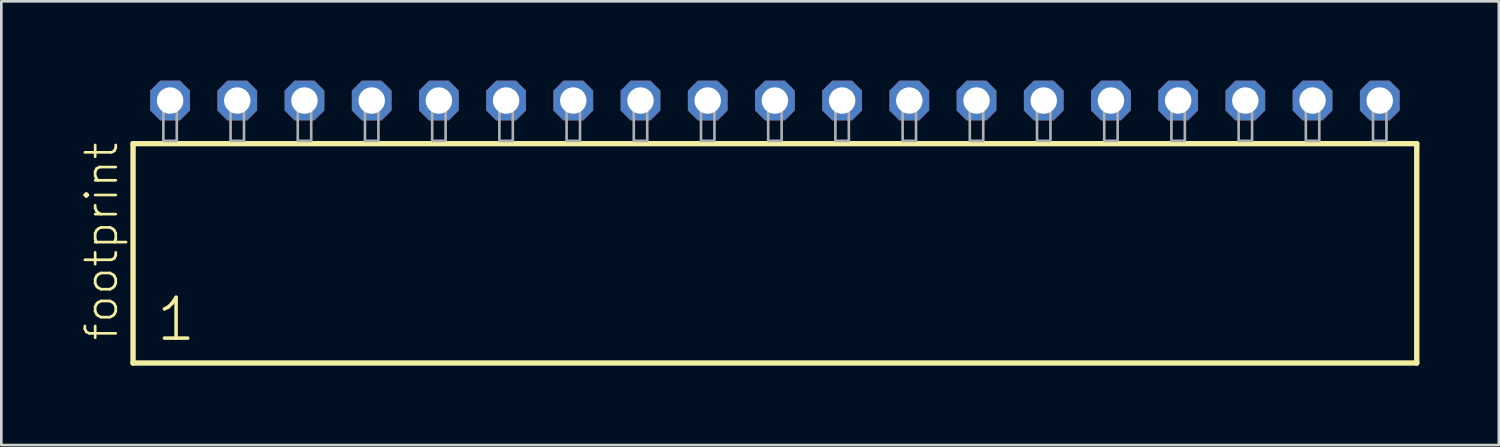
<source format=kicad_pcb>
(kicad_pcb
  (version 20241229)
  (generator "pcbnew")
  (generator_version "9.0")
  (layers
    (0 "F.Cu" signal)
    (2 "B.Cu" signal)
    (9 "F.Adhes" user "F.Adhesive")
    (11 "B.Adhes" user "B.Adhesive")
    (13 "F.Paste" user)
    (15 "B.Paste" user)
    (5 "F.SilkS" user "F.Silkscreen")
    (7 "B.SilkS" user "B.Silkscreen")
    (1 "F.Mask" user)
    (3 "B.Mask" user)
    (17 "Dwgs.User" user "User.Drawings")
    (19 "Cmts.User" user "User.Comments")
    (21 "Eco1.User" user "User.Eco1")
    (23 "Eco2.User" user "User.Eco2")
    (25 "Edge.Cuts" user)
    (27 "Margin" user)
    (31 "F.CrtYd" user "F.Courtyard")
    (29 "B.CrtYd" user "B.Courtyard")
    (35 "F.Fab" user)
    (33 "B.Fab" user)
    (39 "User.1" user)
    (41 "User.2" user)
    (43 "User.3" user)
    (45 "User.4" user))
  (footprint "footprint"
    (layer "F.Cu")
    (at 26.238 2.274)
    (property "Reference" "footprint" (at -24.765 7.62 90) (layer "F.SilkS") (effects (font (size 1.168 1.168) (thickness 0.102)) (justify left bottom)))
    (fp_line (start -24.259 0.106) (end -24.259 8.396) (stroke (width 0.203) (type solid)) (layer "F.SilkS"))
    (fp_line (start -24.259 8.396) (end 24.259 8.396) (stroke (width 0.203) (type solid)) (layer "F.SilkS"))
    (fp_line (start 24.259 0.106) (end -24.259 0.106) (stroke (width 0.203) (type solid)) (layer "F.SilkS"))
    (fp_line (start 24.259 8.396) (end 24.259 0.106) (stroke (width 0.203) (type solid)) (layer "F.SilkS"))
    (fp_poly (pts (xy -23.114 0) (xy -22.606 0) (xy -22.606 -1.778) (xy -23.114 -1.778)) (stroke (width 0.1) (type solid)) (fill no) (layer "F.Fab"))
    (fp_poly (pts (xy -20.574 0) (xy -20.066 0) (xy -20.066 -1.778) (xy -20.574 -1.778)) (stroke (width 0.1) (type solid)) (fill no) (layer "F.Fab"))
    (fp_poly (pts (xy -18.034 0) (xy -17.526 0) (xy -17.526 -1.778) (xy -18.034 -1.778)) (stroke (width 0.1) (type solid)) (fill no) (layer "F.Fab"))
    (fp_poly (pts (xy -15.494 0) (xy -14.986 0) (xy -14.986 -1.778) (xy -15.494 -1.778)) (stroke (width 0.1) (type solid)) (fill no) (layer "F.Fab"))
    (fp_poly (pts (xy -12.954 0) (xy -12.446 0) (xy -12.446 -1.778) (xy -12.954 -1.778)) (stroke (width 0.1) (type solid)) (fill no) (layer "F.Fab"))
    (fp_poly (pts (xy -10.414 0) (xy -9.906 0) (xy -9.906 -1.778) (xy -10.414 -1.778)) (stroke (width 0.1) (type solid)) (fill no) (layer "F.Fab"))
    (fp_poly (pts (xy -7.874 0) (xy -7.366 0) (xy -7.366 -1.778) (xy -7.874 -1.778)) (stroke (width 0.1) (type solid)) (fill no) (layer "F.Fab"))
    (fp_poly (pts (xy -5.334 0) (xy -4.826 0) (xy -4.826 -1.778) (xy -5.334 -1.778)) (stroke (width 0.1) (type solid)) (fill no) (layer "F.Fab"))
    (fp_poly (pts (xy -2.794 0) (xy -2.286 0) (xy -2.286 -1.778) (xy -2.794 -1.778)) (stroke (width 0.1) (type solid)) (fill no) (layer "F.Fab"))
    (fp_poly (pts (xy -0.254 0) (xy 0.254 0) (xy 0.254 -1.778) (xy -0.254 -1.778)) (stroke (width 0.1) (type solid)) (fill no) (layer "F.Fab"))
    (fp_poly (pts (xy 2.286 0) (xy 2.794 0) (xy 2.794 -1.778) (xy 2.286 -1.778)) (stroke (width 0.1) (type solid)) (fill no) (layer "F.Fab"))
    (fp_poly (pts (xy 4.826 0) (xy 5.334 0) (xy 5.334 -1.778) (xy 4.826 -1.778)) (stroke (width 0.1) (type solid)) (fill no) (layer "F.Fab"))
    (fp_poly (pts (xy 7.366 0) (xy 7.874 0) (xy 7.874 -1.778) (xy 7.366 -1.778)) (stroke (width 0.1) (type solid)) (fill no) (layer "F.Fab"))
    (fp_poly (pts (xy 9.906 0) (xy 10.414 0) (xy 10.414 -1.778) (xy 9.906 -1.778)) (stroke (width 0.1) (type solid)) (fill no) (layer "F.Fab"))
    (fp_poly (pts (xy 12.446 0) (xy 12.954 0) (xy 12.954 -1.778) (xy 12.446 -1.778)) (stroke (width 0.1) (type solid)) (fill no) (layer "F.Fab"))
    (fp_poly (pts (xy 14.986 0) (xy 15.494 0) (xy 15.494 -1.778) (xy 14.986 -1.778)) (stroke (width 0.1) (type solid)) (fill no) (layer "F.Fab"))
    (fp_poly (pts (xy 17.526 0) (xy 18.034 0) (xy 18.034 -1.778) (xy 17.526 -1.778)) (stroke (width 0.1) (type solid)) (fill no) (layer "F.Fab"))
    (fp_poly (pts (xy 20.066 0) (xy 20.574 0) (xy 20.574 -1.778) (xy 20.066 -1.778)) (stroke (width 0.1) (type solid)) (fill no) (layer "F.Fab"))
    (fp_poly (pts (xy 22.606 0) (xy 23.114 0) (xy 23.114 -1.778) (xy 22.606 -1.778)) (stroke (width 0.1) (type solid)) (fill no) (layer "F.Fab"))
    (fp_text user "1" (at -23.455 7.65 0) (layer "F.SilkS") (effects (font (size 1.542 1.542) (thickness 0.134)) (justify left bottom)))
    (pad "1" thru_hole roundrect (at -22.86 -1.524) (size 1.5 1.5) (drill 1) (layers "*.Cu" "*.Mask") (roundrect_rratio 0.25) (chamfer_ratio 0.25) (chamfer top_left top_right bottom_left bottom_right))
    (pad "2" thru_hole roundrect (at -20.32 -1.524) (size 1.5 1.5) (drill 1) (layers "*.Cu" "*.Mask") (roundrect_rratio 0.25) (chamfer_ratio 0.25) (chamfer top_left top_right bottom_left bottom_right))
    (pad "3" thru_hole roundrect (at -17.78 -1.524) (size 1.5 1.5) (drill 1) (layers "*.Cu" "*.Mask") (roundrect_rratio 0.25) (chamfer_ratio 0.25) (chamfer top_left top_right bottom_left bottom_right))
    (pad "4" thru_hole roundrect (at -15.24 -1.524) (size 1.5 1.5) (drill 1) (layers "*.Cu" "*.Mask") (roundrect_rratio 0.25) (chamfer_ratio 0.25) (chamfer top_left top_right bottom_left bottom_right))
    (pad "5" thru_hole roundrect (at -12.7 -1.524) (size 1.5 1.5) (drill 1) (layers "*.Cu" "*.Mask") (roundrect_rratio 0.25) (chamfer_ratio 0.25) (chamfer top_left top_right bottom_left bottom_right))
    (pad "6" thru_hole roundrect (at -10.16 -1.524) (size 1.5 1.5) (drill 1) (layers "*.Cu" "*.Mask") (roundrect_rratio 0.25) (chamfer_ratio 0.25) (chamfer top_left top_right bottom_left bottom_right))
    (pad "7" thru_hole roundrect (at -7.62 -1.524) (size 1.5 1.5) (drill 1) (layers "*.Cu" "*.Mask") (roundrect_rratio 0.25) (chamfer_ratio 0.25) (chamfer top_left top_right bottom_left bottom_right))
    (pad "8" thru_hole roundrect (at -5.08 -1.524) (size 1.5 1.5) (drill 1) (layers "*.Cu" "*.Mask") (roundrect_rratio 0.25) (chamfer_ratio 0.25) (chamfer top_left top_right bottom_left bottom_right))
    (pad "9" thru_hole roundrect (at -2.54 -1.524) (size 1.5 1.5) (drill 1) (layers "*.Cu" "*.Mask") (roundrect_rratio 0.25) (chamfer_ratio 0.25) (chamfer top_left top_right bottom_left bottom_right))
    (pad "10" thru_hole roundrect (at 0 -1.524) (size 1.5 1.5) (drill 1) (layers "*.Cu" "*.Mask") (roundrect_rratio 0.25) (chamfer_ratio 0.25) (chamfer top_left top_right bottom_left bottom_right))
    (pad "11" thru_hole roundrect (at 2.54 -1.524) (size 1.5 1.5) (drill 1) (layers "*.Cu" "*.Mask") (roundrect_rratio 0.25) (chamfer_ratio 0.25) (chamfer top_left top_right bottom_left bottom_right))
    (pad "12" thru_hole roundrect (at 5.08 -1.524) (size 1.5 1.5) (drill 1) (layers "*.Cu" "*.Mask") (roundrect_rratio 0.25) (chamfer_ratio 0.25) (chamfer top_left top_right bottom_left bottom_right))
    (pad "13" thru_hole roundrect (at 7.62 -1.524) (size 1.5 1.5) (drill 1) (layers "*.Cu" "*.Mask") (roundrect_rratio 0.25) (chamfer_ratio 0.25) (chamfer top_left top_right bottom_left bottom_right))
    (pad "14" thru_hole roundrect (at 10.16 -1.524) (size 1.5 1.5) (drill 1) (layers "*.Cu" "*.Mask") (roundrect_rratio 0.25) (chamfer_ratio 0.25) (chamfer top_left top_right bottom_left bottom_right))
    (pad "15" thru_hole roundrect (at 12.7 -1.524) (size 1.5 1.5) (drill 1) (layers "*.Cu" "*.Mask") (roundrect_rratio 0.25) (chamfer_ratio 0.25) (chamfer top_left top_right bottom_left bottom_right))
    (pad "16" thru_hole roundrect (at 15.24 -1.524) (size 1.5 1.5) (drill 1) (layers "*.Cu" "*.Mask") (roundrect_rratio 0.25) (chamfer_ratio 0.25) (chamfer top_left top_right bottom_left bottom_right))
    (pad "17" thru_hole roundrect (at 17.78 -1.524) (size 1.5 1.5) (drill 1) (layers "*.Cu" "*.Mask") (roundrect_rratio 0.25) (chamfer_ratio 0.25) (chamfer top_left top_right bottom_left bottom_right))
    (pad "18" thru_hole roundrect (at 20.32 -1.524) (size 1.5 1.5) (drill 1) (layers "*.Cu" "*.Mask") (roundrect_rratio 0.25) (chamfer_ratio 0.25) (chamfer top_left top_right bottom_left bottom_right))
    (pad "19" thru_hole roundrect (at 22.86 -1.524) (size 1.5 1.5) (drill 1) (layers "*.Cu" "*.Mask") (roundrect_rratio 0.25) (chamfer_ratio 0.25) (chamfer top_left top_right bottom_left bottom_right)))
  (gr_rect
    (start -3 -3)
    (end 53.599 13.772)
    (stroke (width 0.1) (type default))
    (fill no)
    (layer "Edge.Cuts")))
</source>
